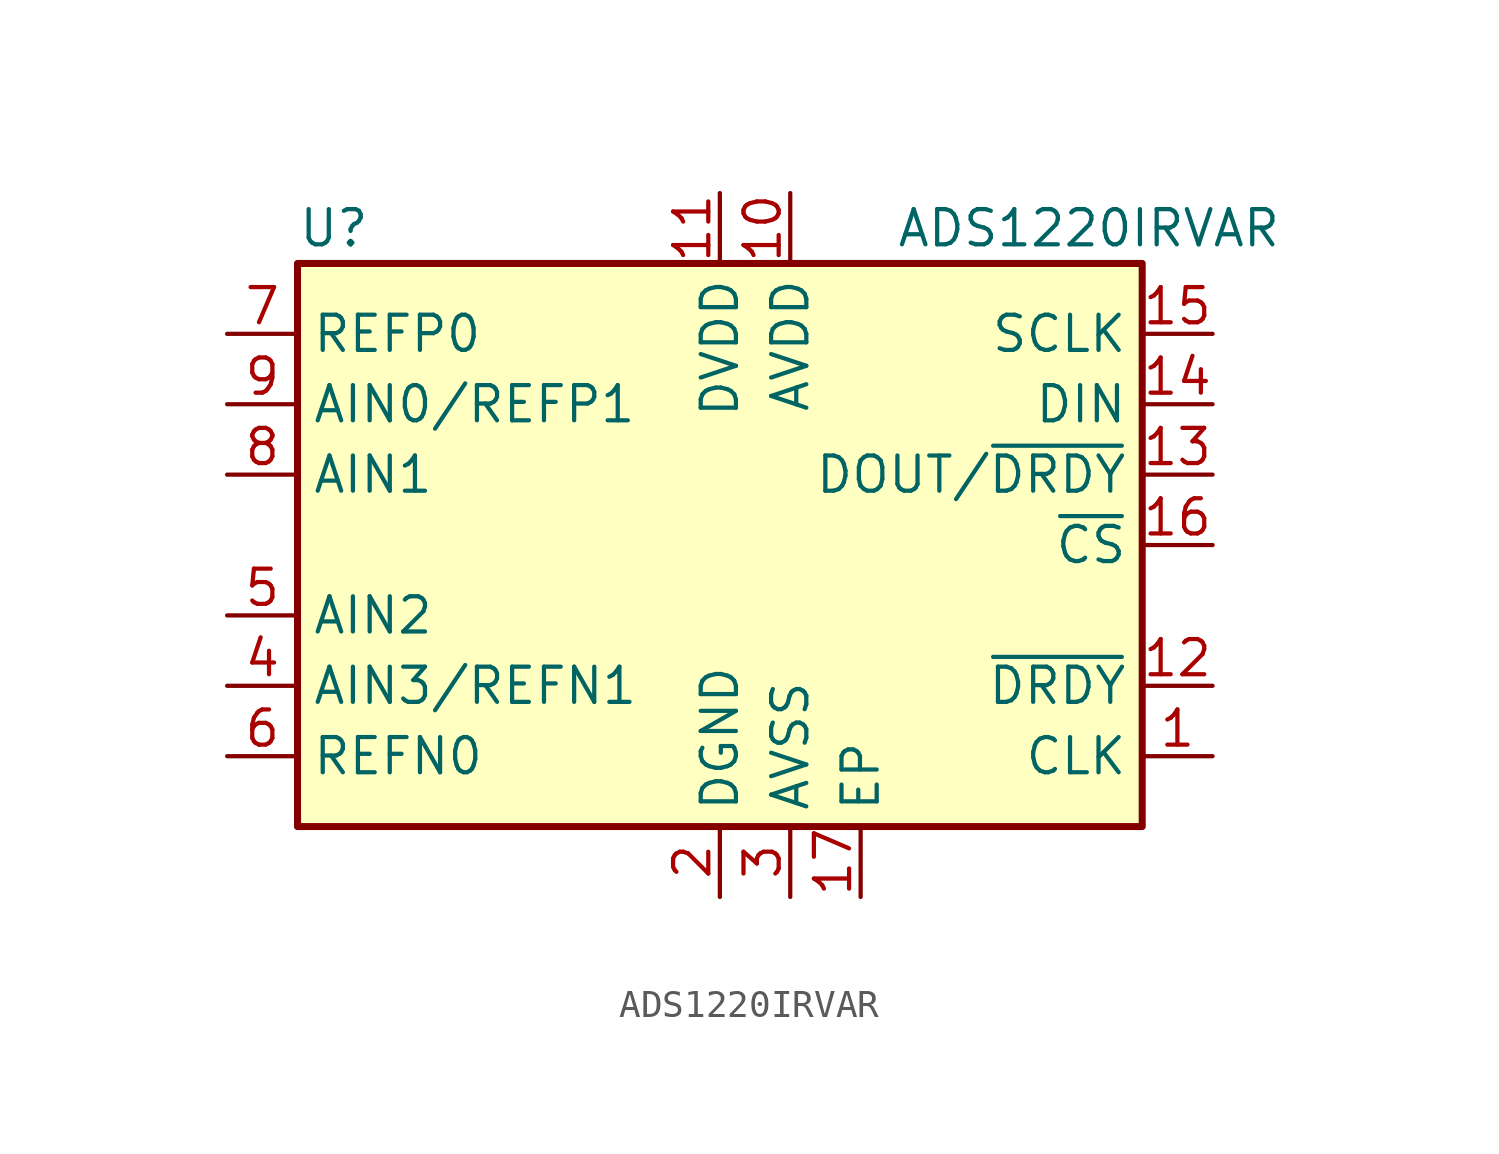
<source format=kicad_sym>
(kicad_symbol_lib
  (version 20241209)
  (generator "kicad_symbol_editor")
  (generator_version "9.0")
  (symbol "ADS1220IRVAR"
    (property "Reference" "U"
      (at -15.24 11.43 0)
      (effects (font (size 1.27 1.27)) (justify left)))
    (property "Value" "ADS1220IRVAR"
      (at 6.35 11.43 0)
      (effects (font (size 1.27 1.27)) (justify left)))
    (symbol "ADS1220IRVAR_0_1"
      (rectangle (start -15.24 10.16) (end 15.24 -10.16) (stroke (width 0.254) (type default)) (fill (type background))))
    (symbol "ADS1220IRVAR_1_1"
      (pin input line (at -17.78 7.62 0) (length 2.54) (name "REFP0" (effects (font (size 1.27 1.27)))) (number "7" (effects (font (size 1.27 1.27)))))
      (pin input line (at -17.78 5.08 0) (length 2.54) (name "AIN0/REFP1" (effects (font (size 1.27 1.27)))) (number "9" (effects (font (size 1.27 1.27)))))
      (pin input line (at -17.78 2.54 0) (length 2.54) (name "AIN1" (effects (font (size 1.27 1.27)))) (number "8" (effects (font (size 1.27 1.27)))))
      (pin input line (at -17.78 -2.54 0) (length 2.54) (name "AIN2" (effects (font (size 1.27 1.27)))) (number "5" (effects (font (size 1.27 1.27)))))
      (pin input line (at -17.78 -5.08 0) (length 2.54) (name "AIN3/REFN1" (effects (font (size 1.27 1.27)))) (number "4" (effects (font (size 1.27 1.27)))))
      (pin input line (at -17.78 -7.62 0) (length 2.54) (name "REFN0" (effects (font (size 1.27 1.27)))) (number "6" (effects (font (size 1.27 1.27)))))
      (pin power_in line (at 0 12.7 270) (length 2.54) (name "DVDD" (effects (font (size 1.27 1.27)))) (number "11" (effects (font (size 1.27 1.27)))))
      (pin power_in line (at 0 -12.7 90) (length 2.54) (name "DGND" (effects (font (size 1.27 1.27)))) (number "2" (effects (font (size 1.27 1.27)))))
      (pin power_in line (at 2.54 12.7 270) (length 2.54) (name "AVDD" (effects (font (size 1.27 1.27)))) (number "10" (effects (font (size 1.27 1.27)))))
      (pin power_in line (at 2.54 -12.7 90) (length 2.54) (name "AVSS" (effects (font (size 1.27 1.27)))) (number "3" (effects (font (size 1.27 1.27)))))
      (pin power_in line (at 5.08 -12.7 90) (length 2.54) (name "EP" (effects (font (size 1.27 1.27)))) (number "17" (effects (font (size 1.27 1.27)))))
      (pin input line (at 17.78 7.62 180) (length 2.54) (name "SCLK" (effects (font (size 1.27 1.27)))) (number "15" (effects (font (size 1.27 1.27)))))
      (pin input line (at 17.78 5.08 180) (length 2.54) (name "DIN" (effects (font (size 1.27 1.27)))) (number "14" (effects (font (size 1.27 1.27)))))
      (pin output line (at 17.78 2.54 180) (length 2.54) (name "DOUT/~{DRDY}" (effects (font (size 1.27 1.27)))) (number "13" (effects (font (size 1.27 1.27)))))
      (pin input line (at 17.78 0 180) (length 2.54) (name "~{CS}" (effects (font (size 1.27 1.27)))) (number "16" (effects (font (size 1.27 1.27)))))
      (pin output line (at 17.78 -5.08 180) (length 2.54) (name "~{DRDY}" (effects (font (size 1.27 1.27)))) (number "12" (effects (font (size 1.27 1.27)))))
      (pin input line (at 17.78 -7.62 180) (length 2.54) (name "CLK" (effects (font (size 1.27 1.27)))) (number "1" (effects (font (size 1.27 1.27))))))))
</source>
